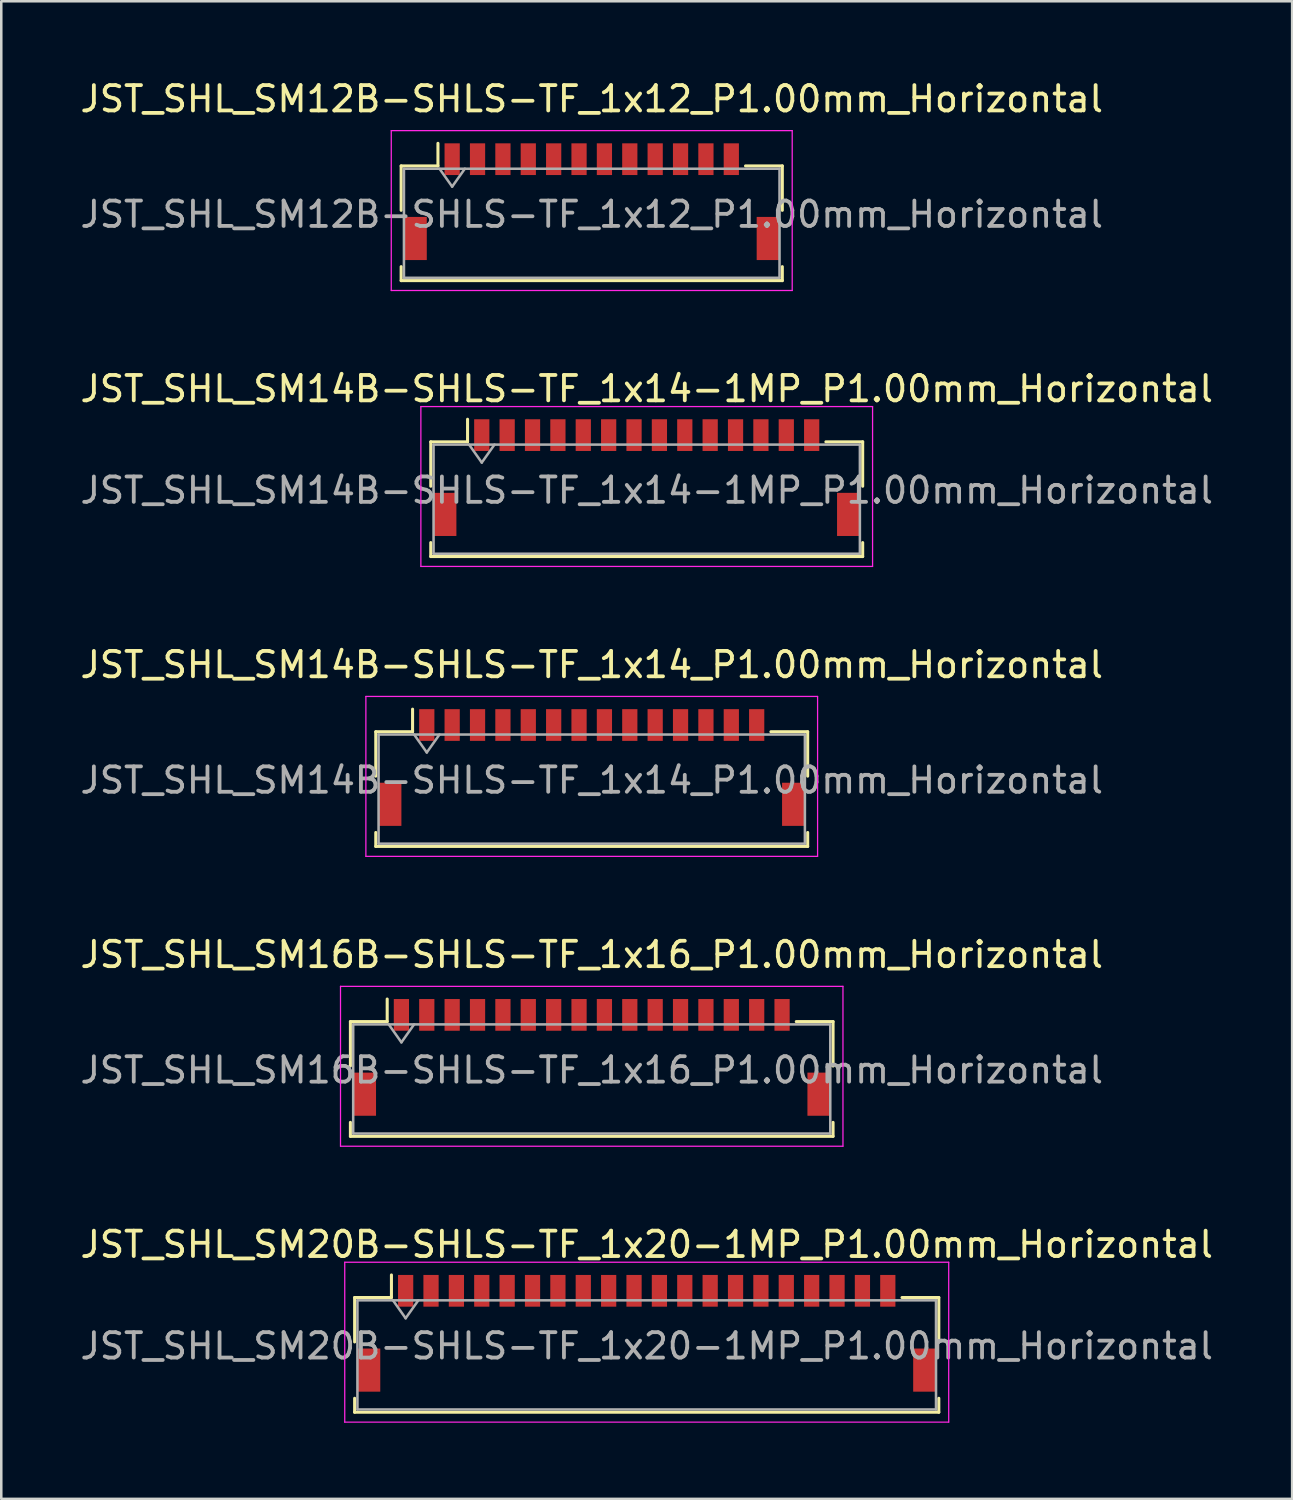
<source format=kicad_pcb>
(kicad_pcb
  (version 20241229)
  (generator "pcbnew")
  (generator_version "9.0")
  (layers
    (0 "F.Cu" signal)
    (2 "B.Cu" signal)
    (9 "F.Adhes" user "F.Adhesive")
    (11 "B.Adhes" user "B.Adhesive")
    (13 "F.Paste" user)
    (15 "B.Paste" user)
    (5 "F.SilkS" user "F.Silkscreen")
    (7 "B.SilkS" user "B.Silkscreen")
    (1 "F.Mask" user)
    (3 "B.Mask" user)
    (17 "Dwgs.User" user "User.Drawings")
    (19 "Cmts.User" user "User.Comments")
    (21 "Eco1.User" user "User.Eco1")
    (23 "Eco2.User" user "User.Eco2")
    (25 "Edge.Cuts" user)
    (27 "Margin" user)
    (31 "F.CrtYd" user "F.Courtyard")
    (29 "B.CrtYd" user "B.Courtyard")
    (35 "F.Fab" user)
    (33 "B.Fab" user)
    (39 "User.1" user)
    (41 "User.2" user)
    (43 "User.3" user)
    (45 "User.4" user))
  (footprint "JST_SHL_SM20B-SHLS-TF_1x20-1MP_P1.00mm_Horizontal"
    (layer "F.Cu")
    (at 22.435 49.491)
    (property "Reference" "JST_SHL_SM20B-SHLS-TF_1x20-1MP_P1.00mm_Horizontal" (at 0 -3.5 0) (layer "F.SilkS") (effects (font (size 1 1) (thickness 0.15))))
    (attr smd)
    (fp_line (start -11.51 -1.41) (end -10.06 -1.41) (stroke (width 0.12) (type solid)) (layer "F.SilkS"))
    (fp_line (start -11.51 0.34) (end -11.51 -1.41) (stroke (width 0.12) (type solid)) (layer "F.SilkS"))
    (fp_line (start -11.51 2.56) (end -11.51 3.11) (stroke (width 0.12) (type solid)) (layer "F.SilkS"))
    (fp_line (start -11.51 3.11) (end 11.51 3.11) (stroke (width 0.12) (type solid)) (layer "F.SilkS"))
    (fp_line (start -10.06 -1.41) (end -10.06 -2.3) (stroke (width 0.12) (type solid)) (layer "F.SilkS"))
    (fp_line (start 11.51 -1.41) (end 10.06 -1.41) (stroke (width 0.12) (type solid)) (layer "F.SilkS"))
    (fp_line (start 11.51 0.34) (end 11.51 -1.41) (stroke (width 0.12) (type solid)) (layer "F.SilkS"))
    (fp_line (start 11.51 3.11) (end 11.51 2.56) (stroke (width 0.12) (type solid)) (layer "F.SilkS"))
    (fp_line (start -11.9 -2.8) (end -11.9 3.5) (stroke (width 0.05) (type solid)) (layer "F.CrtYd"))
    (fp_line (start -11.9 3.5) (end 11.9 3.5) (stroke (width 0.05) (type solid)) (layer "F.CrtYd"))
    (fp_line (start 11.9 -2.8) (end -11.9 -2.8) (stroke (width 0.05) (type solid)) (layer "F.CrtYd"))
    (fp_line (start 11.9 3.5) (end 11.9 -2.8) (stroke (width 0.05) (type solid)) (layer "F.CrtYd"))
    (fp_line (start -11.4 -1.3) (end -11.4 3) (stroke (width 0.1) (type solid)) (layer "F.Fab"))
    (fp_line (start -11.4 -1.3) (end 11.4 -1.3) (stroke (width 0.1) (type solid)) (layer "F.Fab"))
    (fp_line (start -11.4 3) (end 11.4 3) (stroke (width 0.1) (type solid)) (layer "F.Fab"))
    (fp_line (start -10 -1.3) (end -9.5 -0.593) (stroke (width 0.1) (type solid)) (layer "F.Fab"))
    (fp_line (start -9.5 -0.593) (end -9 -1.3) (stroke (width 0.1) (type solid)) (layer "F.Fab"))
    (fp_line (start 11.4 -1.3) (end 11.4 3) (stroke (width 0.1) (type solid)) (layer "F.Fab"))
    (fp_text user "${REFERENCE}" (at 0 0.5 0) (layer "F.Fab") (effects (font (size 1 1) (thickness 0.15))))
    (pad "1" smd rect (at -9.5 -1.675) (size 0.6 1.25) (layers "F.Cu" "F.Mask" "F.Paste"))
    (pad "2" smd rect (at -8.5 -1.675) (size 0.6 1.25) (layers "F.Cu" "F.Mask" "F.Paste"))
    (pad "3" smd rect (at -7.5 -1.675) (size 0.6 1.25) (layers "F.Cu" "F.Mask" "F.Paste"))
    (pad "4" smd rect (at -6.5 -1.675) (size 0.6 1.25) (layers "F.Cu" "F.Mask" "F.Paste"))
    (pad "5" smd rect (at -5.5 -1.675) (size 0.6 1.25) (layers "F.Cu" "F.Mask" "F.Paste"))
    (pad "6" smd rect (at -4.5 -1.675) (size 0.6 1.25) (layers "F.Cu" "F.Mask" "F.Paste"))
    (pad "7" smd rect (at -3.5 -1.675) (size 0.6 1.25) (layers "F.Cu" "F.Mask" "F.Paste"))
    (pad "8" smd rect (at -2.5 -1.675) (size 0.6 1.25) (layers "F.Cu" "F.Mask" "F.Paste"))
    (pad "9" smd rect (at -1.5 -1.675) (size 0.6 1.25) (layers "F.Cu" "F.Mask" "F.Paste"))
    (pad "10" smd rect (at -0.5 -1.675) (size 0.6 1.25) (layers "F.Cu" "F.Mask" "F.Paste"))
    (pad "11" smd rect (at 0.5 -1.675) (size 0.6 1.25) (layers "F.Cu" "F.Mask" "F.Paste"))
    (pad "12" smd rect (at 1.5 -1.675) (size 0.6 1.25) (layers "F.Cu" "F.Mask" "F.Paste"))
    (pad "13" smd rect (at 2.5 -1.675) (size 0.6 1.25) (layers "F.Cu" "F.Mask" "F.Paste"))
    (pad "14" smd rect (at 3.5 -1.675) (size 0.6 1.25) (layers "F.Cu" "F.Mask" "F.Paste"))
    (pad "15" smd rect (at 4.5 -1.675) (size 0.6 1.25) (layers "F.Cu" "F.Mask" "F.Paste"))
    (pad "16" smd rect (at 5.5 -1.675) (size 0.6 1.25) (layers "F.Cu" "F.Mask" "F.Paste"))
    (pad "17" smd rect (at 6.5 -1.675) (size 0.6 1.25) (layers "F.Cu" "F.Mask" "F.Paste"))
    (pad "18" smd rect (at 7.5 -1.675) (size 0.6 1.25) (layers "F.Cu" "F.Mask" "F.Paste"))
    (pad "19" smd rect (at 8.5 -1.675) (size 0.6 1.25) (layers "F.Cu" "F.Mask" "F.Paste"))
    (pad "20" smd rect (at 9.5 -1.675) (size 0.6 1.25) (layers "F.Cu" "F.Mask" "F.Paste"))
    (pad "MP" smd rect (at -10.95 1.45) (size 0.9 1.7) (layers "F.Cu" "F.Mask" "F.Paste"))
    (pad "MP" smd rect (at 10.95 1.45) (size 0.9 1.7) (layers "F.Cu" "F.Mask" "F.Paste")))
  (footprint "JST_SHL_SM16B-SHLS-TF_1x16_P1.00mm_Horizontal"
    (layer "F.Cu")
    (at 20.268 38.618)
    (property "Reference" "JST_SHL_SM16B-SHLS-TF_1x16_P1.00mm_Horizontal" (at 0 -4.05 0) (layer "F.SilkS") (effects (font (size 1 1) (thickness 0.15))))
    (attr smd)
    (fp_line (start -9.51 -1.41) (end -8.06 -1.41) (stroke (width 0.12) (type solid)) (layer "F.SilkS"))
    (fp_line (start -9.51 0.34) (end -9.51 -1.41) (stroke (width 0.12) (type solid)) (layer "F.SilkS"))
    (fp_line (start -9.51 2.56) (end -9.51 3.11) (stroke (width 0.12) (type solid)) (layer "F.SilkS"))
    (fp_line (start -9.51 3.11) (end 9.51 3.11) (stroke (width 0.12) (type solid)) (layer "F.SilkS"))
    (fp_line (start -8.06 -1.41) (end -8.06 -2.3) (stroke (width 0.12) (type solid)) (layer "F.SilkS"))
    (fp_line (start 9.51 -1.41) (end 8.06 -1.41) (stroke (width 0.12) (type solid)) (layer "F.SilkS"))
    (fp_line (start 9.51 0.34) (end 9.51 -1.41) (stroke (width 0.12) (type solid)) (layer "F.SilkS"))
    (fp_line (start 9.51 3.11) (end 9.51 2.56) (stroke (width 0.12) (type solid)) (layer "F.SilkS"))
    (fp_line (start -9.9 -2.8) (end -9.9 3.5) (stroke (width 0.05) (type solid)) (layer "F.CrtYd"))
    (fp_line (start -9.9 3.5) (end 9.9 3.5) (stroke (width 0.05) (type solid)) (layer "F.CrtYd"))
    (fp_line (start 9.9 -2.8) (end -9.9 -2.8) (stroke (width 0.05) (type solid)) (layer "F.CrtYd"))
    (fp_line (start 9.9 3.5) (end 9.9 -2.8) (stroke (width 0.05) (type solid)) (layer "F.CrtYd"))
    (fp_line (start -9.4 -1.3) (end -9.4 3) (stroke (width 0.1) (type solid)) (layer "F.Fab"))
    (fp_line (start -9.4 -1.3) (end 9.4 -1.3) (stroke (width 0.1) (type solid)) (layer "F.Fab"))
    (fp_line (start -9.4 3) (end 9.4 3) (stroke (width 0.1) (type solid)) (layer "F.Fab"))
    (fp_line (start -8 -1.3) (end -7.5 -0.593) (stroke (width 0.1) (type solid)) (layer "F.Fab"))
    (fp_line (start -7.5 -0.593) (end -7 -1.3) (stroke (width 0.1) (type solid)) (layer "F.Fab"))
    (fp_line (start 9.4 -1.3) (end 9.4 3) (stroke (width 0.1) (type solid)) (layer "F.Fab"))
    (fp_text user "${REFERENCE}" (at 0 0.5 0) (layer "F.Fab") (effects (font (size 1 1) (thickness 0.15))))
    (pad "" smd rect (at -8.95 1.45) (size 0.9 1.7) (layers "F.Cu" "F.Mask" "F.Paste"))
    (pad "" smd rect (at 8.95 1.45) (size 0.9 1.7) (layers "F.Cu" "F.Mask" "F.Paste"))
    (pad "1" smd rect (at -7.5 -1.675) (size 0.6 1.25) (layers "F.Cu" "F.Mask" "F.Paste"))
    (pad "2" smd rect (at -6.5 -1.675) (size 0.6 1.25) (layers "F.Cu" "F.Mask" "F.Paste"))
    (pad "3" smd rect (at -5.5 -1.675) (size 0.6 1.25) (layers "F.Cu" "F.Mask" "F.Paste"))
    (pad "4" smd rect (at -4.5 -1.675) (size 0.6 1.25) (layers "F.Cu" "F.Mask" "F.Paste"))
    (pad "5" smd rect (at -3.5 -1.675) (size 0.6 1.25) (layers "F.Cu" "F.Mask" "F.Paste"))
    (pad "6" smd rect (at -2.5 -1.675) (size 0.6 1.25) (layers "F.Cu" "F.Mask" "F.Paste"))
    (pad "7" smd rect (at -1.5 -1.675) (size 0.6 1.25) (layers "F.Cu" "F.Mask" "F.Paste"))
    (pad "8" smd rect (at -0.5 -1.675) (size 0.6 1.25) (layers "F.Cu" "F.Mask" "F.Paste"))
    (pad "9" smd rect (at 0.5 -1.675) (size 0.6 1.25) (layers "F.Cu" "F.Mask" "F.Paste"))
    (pad "10" smd rect (at 1.5 -1.675) (size 0.6 1.25) (layers "F.Cu" "F.Mask" "F.Paste"))
    (pad "11" smd rect (at 2.5 -1.675) (size 0.6 1.25) (layers "F.Cu" "F.Mask" "F.Paste"))
    (pad "12" smd rect (at 3.5 -1.675) (size 0.6 1.25) (layers "F.Cu" "F.Mask" "F.Paste"))
    (pad "13" smd rect (at 4.5 -1.675) (size 0.6 1.25) (layers "F.Cu" "F.Mask" "F.Paste"))
    (pad "14" smd rect (at 5.5 -1.675) (size 0.6 1.25) (layers "F.Cu" "F.Mask" "F.Paste"))
    (pad "15" smd rect (at 6.5 -1.675) (size 0.6 1.25) (layers "F.Cu" "F.Mask" "F.Paste"))
    (pad "16" smd rect (at 7.5 -1.675) (size 0.6 1.25) (layers "F.Cu" "F.Mask" "F.Paste")))
  (footprint "JST_SHL_SM12B-SHLS-TF_1x12_P1.00mm_Horizontal"
    (layer "F.Cu")
    (at 20.268 4.898)
    (property "Reference" "JST_SHL_SM12B-SHLS-TF_1x12_P1.00mm_Horizontal" (at 0 -4.05 0) (layer "F.SilkS") (effects (font (size 1 1) (thickness 0.15))))
    (attr smd)
    (fp_line (start -7.51 -1.41) (end -6.06 -1.41) (stroke (width 0.12) (type solid)) (layer "F.SilkS"))
    (fp_line (start -7.51 0.34) (end -7.51 -1.41) (stroke (width 0.12) (type solid)) (layer "F.SilkS"))
    (fp_line (start -7.51 2.56) (end -7.51 3.11) (stroke (width 0.12) (type solid)) (layer "F.SilkS"))
    (fp_line (start -7.51 3.11) (end 7.51 3.11) (stroke (width 0.12) (type solid)) (layer "F.SilkS"))
    (fp_line (start -6.06 -1.41) (end -6.06 -2.3) (stroke (width 0.12) (type solid)) (layer "F.SilkS"))
    (fp_line (start 7.51 -1.41) (end 6.06 -1.41) (stroke (width 0.12) (type solid)) (layer "F.SilkS"))
    (fp_line (start 7.51 0.34) (end 7.51 -1.41) (stroke (width 0.12) (type solid)) (layer "F.SilkS"))
    (fp_line (start 7.51 3.11) (end 7.51 2.56) (stroke (width 0.12) (type solid)) (layer "F.SilkS"))
    (fp_line (start -7.9 -2.8) (end -7.9 3.5) (stroke (width 0.05) (type solid)) (layer "F.CrtYd"))
    (fp_line (start -7.9 3.5) (end 7.9 3.5) (stroke (width 0.05) (type solid)) (layer "F.CrtYd"))
    (fp_line (start 7.9 -2.8) (end -7.9 -2.8) (stroke (width 0.05) (type solid)) (layer "F.CrtYd"))
    (fp_line (start 7.9 3.5) (end 7.9 -2.8) (stroke (width 0.05) (type solid)) (layer "F.CrtYd"))
    (fp_line (start -7.4 -1.3) (end -7.4 3) (stroke (width 0.1) (type solid)) (layer "F.Fab"))
    (fp_line (start -7.4 -1.3) (end 7.4 -1.3) (stroke (width 0.1) (type solid)) (layer "F.Fab"))
    (fp_line (start -7.4 3) (end 7.4 3) (stroke (width 0.1) (type solid)) (layer "F.Fab"))
    (fp_line (start -6 -1.3) (end -5.5 -0.593) (stroke (width 0.1) (type solid)) (layer "F.Fab"))
    (fp_line (start -5.5 -0.593) (end -5 -1.3) (stroke (width 0.1) (type solid)) (layer "F.Fab"))
    (fp_line (start 7.4 -1.3) (end 7.4 3) (stroke (width 0.1) (type solid)) (layer "F.Fab"))
    (fp_text user "${REFERENCE}" (at 0 0.5 0) (layer "F.Fab") (effects (font (size 1 1) (thickness 0.15))))
    (pad "" smd rect (at -6.95 1.45) (size 0.9 1.7) (layers "F.Cu" "F.Mask" "F.Paste"))
    (pad "" smd rect (at 6.95 1.45) (size 0.9 1.7) (layers "F.Cu" "F.Mask" "F.Paste"))
    (pad "1" smd rect (at -5.5 -1.675) (size 0.6 1.25) (layers "F.Cu" "F.Mask" "F.Paste"))
    (pad "2" smd rect (at -4.5 -1.675) (size 0.6 1.25) (layers "F.Cu" "F.Mask" "F.Paste"))
    (pad "3" smd rect (at -3.5 -1.675) (size 0.6 1.25) (layers "F.Cu" "F.Mask" "F.Paste"))
    (pad "4" smd rect (at -2.5 -1.675) (size 0.6 1.25) (layers "F.Cu" "F.Mask" "F.Paste"))
    (pad "5" smd rect (at -1.5 -1.675) (size 0.6 1.25) (layers "F.Cu" "F.Mask" "F.Paste"))
    (pad "6" smd rect (at -0.5 -1.675) (size 0.6 1.25) (layers "F.Cu" "F.Mask" "F.Paste"))
    (pad "7" smd rect (at 0.5 -1.675) (size 0.6 1.25) (layers "F.Cu" "F.Mask" "F.Paste"))
    (pad "8" smd rect (at 1.5 -1.675) (size 0.6 1.25) (layers "F.Cu" "F.Mask" "F.Paste"))
    (pad "9" smd rect (at 2.5 -1.675) (size 0.6 1.25) (layers "F.Cu" "F.Mask" "F.Paste"))
    (pad "10" smd rect (at 3.5 -1.675) (size 0.6 1.25) (layers "F.Cu" "F.Mask" "F.Paste"))
    (pad "11" smd rect (at 4.5 -1.675) (size 0.6 1.25) (layers "F.Cu" "F.Mask" "F.Paste"))
    (pad "12" smd rect (at 5.5 -1.675) (size 0.6 1.25) (layers "F.Cu" "F.Mask" "F.Paste")))
  (footprint "JST_SHL_SM14B-SHLS-TF_1x14_P1.00mm_Horizontal"
    (layer "F.Cu")
    (at 20.268 27.195)
    (property "Reference" "JST_SHL_SM14B-SHLS-TF_1x14_P1.00mm_Horizontal" (at 0 -4.05 0) (layer "F.SilkS") (effects (font (size 1 1) (thickness 0.15))))
    (attr smd)
    (fp_line (start -8.51 -1.41) (end -7.06 -1.41) (stroke (width 0.12) (type solid)) (layer "F.SilkS"))
    (fp_line (start -8.51 0.34) (end -8.51 -1.41) (stroke (width 0.12) (type solid)) (layer "F.SilkS"))
    (fp_line (start -8.51 2.56) (end -8.51 3.11) (stroke (width 0.12) (type solid)) (layer "F.SilkS"))
    (fp_line (start -8.51 3.11) (end 8.51 3.11) (stroke (width 0.12) (type solid)) (layer "F.SilkS"))
    (fp_line (start -7.06 -1.41) (end -7.06 -2.3) (stroke (width 0.12) (type solid)) (layer "F.SilkS"))
    (fp_line (start 8.51 -1.41) (end 7.06 -1.41) (stroke (width 0.12) (type solid)) (layer "F.SilkS"))
    (fp_line (start 8.51 0.34) (end 8.51 -1.41) (stroke (width 0.12) (type solid)) (layer "F.SilkS"))
    (fp_line (start 8.51 3.11) (end 8.51 2.56) (stroke (width 0.12) (type solid)) (layer "F.SilkS"))
    (fp_line (start -8.9 -2.8) (end -8.9 3.5) (stroke (width 0.05) (type solid)) (layer "F.CrtYd"))
    (fp_line (start -8.9 3.5) (end 8.9 3.5) (stroke (width 0.05) (type solid)) (layer "F.CrtYd"))
    (fp_line (start 8.9 -2.8) (end -8.9 -2.8) (stroke (width 0.05) (type solid)) (layer "F.CrtYd"))
    (fp_line (start 8.9 3.5) (end 8.9 -2.8) (stroke (width 0.05) (type solid)) (layer "F.CrtYd"))
    (fp_line (start -8.4 -1.3) (end -8.4 3) (stroke (width 0.1) (type solid)) (layer "F.Fab"))
    (fp_line (start -8.4 -1.3) (end 8.4 -1.3) (stroke (width 0.1) (type solid)) (layer "F.Fab"))
    (fp_line (start -8.4 3) (end 8.4 3) (stroke (width 0.1) (type solid)) (layer "F.Fab"))
    (fp_line (start -7 -1.3) (end -6.5 -0.593) (stroke (width 0.1) (type solid)) (layer "F.Fab"))
    (fp_line (start -6.5 -0.593) (end -6 -1.3) (stroke (width 0.1) (type solid)) (layer "F.Fab"))
    (fp_line (start 8.4 -1.3) (end 8.4 3) (stroke (width 0.1) (type solid)) (layer "F.Fab"))
    (fp_text user "${REFERENCE}" (at 0 0.5 0) (layer "F.Fab") (effects (font (size 1 1) (thickness 0.15))))
    (pad "" smd rect (at -7.95 1.45) (size 0.9 1.7) (layers "F.Cu" "F.Mask" "F.Paste"))
    (pad "" smd rect (at 7.95 1.45) (size 0.9 1.7) (layers "F.Cu" "F.Mask" "F.Paste"))
    (pad "1" smd rect (at -6.5 -1.675) (size 0.6 1.25) (layers "F.Cu" "F.Mask" "F.Paste"))
    (pad "2" smd rect (at -5.5 -1.675) (size 0.6 1.25) (layers "F.Cu" "F.Mask" "F.Paste"))
    (pad "3" smd rect (at -4.5 -1.675) (size 0.6 1.25) (layers "F.Cu" "F.Mask" "F.Paste"))
    (pad "4" smd rect (at -3.5 -1.675) (size 0.6 1.25) (layers "F.Cu" "F.Mask" "F.Paste"))
    (pad "5" smd rect (at -2.5 -1.675) (size 0.6 1.25) (layers "F.Cu" "F.Mask" "F.Paste"))
    (pad "6" smd rect (at -1.5 -1.675) (size 0.6 1.25) (layers "F.Cu" "F.Mask" "F.Paste"))
    (pad "7" smd rect (at -0.5 -1.675) (size 0.6 1.25) (layers "F.Cu" "F.Mask" "F.Paste"))
    (pad "8" smd rect (at 0.5 -1.675) (size 0.6 1.25) (layers "F.Cu" "F.Mask" "F.Paste"))
    (pad "9" smd rect (at 1.5 -1.675) (size 0.6 1.25) (layers "F.Cu" "F.Mask" "F.Paste"))
    (pad "10" smd rect (at 2.5 -1.675) (size 0.6 1.25) (layers "F.Cu" "F.Mask" "F.Paste"))
    (pad "11" smd rect (at 3.5 -1.675) (size 0.6 1.25) (layers "F.Cu" "F.Mask" "F.Paste"))
    (pad "12" smd rect (at 4.5 -1.675) (size 0.6 1.25) (layers "F.Cu" "F.Mask" "F.Paste"))
    (pad "13" smd rect (at 5.5 -1.675) (size 0.6 1.25) (layers "F.Cu" "F.Mask" "F.Paste"))
    (pad "14" smd rect (at 6.5 -1.675) (size 0.6 1.25) (layers "F.Cu" "F.Mask" "F.Paste")))
  (footprint "JST_SHL_SM14B-SHLS-TF_1x14-1MP_P1.00mm_Horizontal"
    (layer "F.Cu")
    (at 22.435 15.771)
    (property "Reference" "JST_SHL_SM14B-SHLS-TF_1x14-1MP_P1.00mm_Horizontal" (at 0 -3.5 0) (layer "F.SilkS") (effects (font (size 1 1) (thickness 0.15))))
    (attr smd)
    (fp_line (start -8.51 -1.41) (end -7.06 -1.41) (stroke (width 0.12) (type solid)) (layer "F.SilkS"))
    (fp_line (start -8.51 0.34) (end -8.51 -1.41) (stroke (width 0.12) (type solid)) (layer "F.SilkS"))
    (fp_line (start -8.51 2.56) (end -8.51 3.11) (stroke (width 0.12) (type solid)) (layer "F.SilkS"))
    (fp_line (start -8.51 3.11) (end 8.51 3.11) (stroke (width 0.12) (type solid)) (layer "F.SilkS"))
    (fp_line (start -7.06 -1.41) (end -7.06 -2.3) (stroke (width 0.12) (type solid)) (layer "F.SilkS"))
    (fp_line (start 8.51 -1.41) (end 7.06 -1.41) (stroke (width 0.12) (type solid)) (layer "F.SilkS"))
    (fp_line (start 8.51 0.34) (end 8.51 -1.41) (stroke (width 0.12) (type solid)) (layer "F.SilkS"))
    (fp_line (start 8.51 3.11) (end 8.51 2.56) (stroke (width 0.12) (type solid)) (layer "F.SilkS"))
    (fp_line (start -8.9 -2.8) (end -8.9 3.5) (stroke (width 0.05) (type solid)) (layer "F.CrtYd"))
    (fp_line (start -8.9 3.5) (end 8.9 3.5) (stroke (width 0.05) (type solid)) (layer "F.CrtYd"))
    (fp_line (start 8.9 -2.8) (end -8.9 -2.8) (stroke (width 0.05) (type solid)) (layer "F.CrtYd"))
    (fp_line (start 8.9 3.5) (end 8.9 -2.8) (stroke (width 0.05) (type solid)) (layer "F.CrtYd"))
    (fp_line (start -8.4 -1.3) (end -8.4 3) (stroke (width 0.1) (type solid)) (layer "F.Fab"))
    (fp_line (start -8.4 -1.3) (end 8.4 -1.3) (stroke (width 0.1) (type solid)) (layer "F.Fab"))
    (fp_line (start -8.4 3) (end 8.4 3) (stroke (width 0.1) (type solid)) (layer "F.Fab"))
    (fp_line (start -7 -1.3) (end -6.5 -0.593) (stroke (width 0.1) (type solid)) (layer "F.Fab"))
    (fp_line (start -6.5 -0.593) (end -6 -1.3) (stroke (width 0.1) (type solid)) (layer "F.Fab"))
    (fp_line (start 8.4 -1.3) (end 8.4 3) (stroke (width 0.1) (type solid)) (layer "F.Fab"))
    (fp_text user "${REFERENCE}" (at 0 0.5 0) (layer "F.Fab") (effects (font (size 1 1) (thickness 0.15))))
    (pad "1" smd rect (at -6.5 -1.675) (size 0.6 1.25) (layers "F.Cu" "F.Mask" "F.Paste"))
    (pad "2" smd rect (at -5.5 -1.675) (size 0.6 1.25) (layers "F.Cu" "F.Mask" "F.Paste"))
    (pad "3" smd rect (at -4.5 -1.675) (size 0.6 1.25) (layers "F.Cu" "F.Mask" "F.Paste"))
    (pad "4" smd rect (at -3.5 -1.675) (size 0.6 1.25) (layers "F.Cu" "F.Mask" "F.Paste"))
    (pad "5" smd rect (at -2.5 -1.675) (size 0.6 1.25) (layers "F.Cu" "F.Mask" "F.Paste"))
    (pad "6" smd rect (at -1.5 -1.675) (size 0.6 1.25) (layers "F.Cu" "F.Mask" "F.Paste"))
    (pad "7" smd rect (at -0.5 -1.675) (size 0.6 1.25) (layers "F.Cu" "F.Mask" "F.Paste"))
    (pad "8" smd rect (at 0.5 -1.675) (size 0.6 1.25) (layers "F.Cu" "F.Mask" "F.Paste"))
    (pad "9" smd rect (at 1.5 -1.675) (size 0.6 1.25) (layers "F.Cu" "F.Mask" "F.Paste"))
    (pad "10" smd rect (at 2.5 -1.675) (size 0.6 1.25) (layers "F.Cu" "F.Mask" "F.Paste"))
    (pad "11" smd rect (at 3.5 -1.675) (size 0.6 1.25) (layers "F.Cu" "F.Mask" "F.Paste"))
    (pad "12" smd rect (at 4.5 -1.675) (size 0.6 1.25) (layers "F.Cu" "F.Mask" "F.Paste"))
    (pad "13" smd rect (at 5.5 -1.675) (size 0.6 1.25) (layers "F.Cu" "F.Mask" "F.Paste"))
    (pad "14" smd rect (at 6.5 -1.675) (size 0.6 1.25) (layers "F.Cu" "F.Mask" "F.Paste"))
    (pad "MP" smd rect (at -7.95 1.45) (size 0.9 1.7) (layers "F.Cu" "F.Mask" "F.Paste"))
    (pad "MP" smd rect (at 7.95 1.45) (size 0.9 1.7) (layers "F.Cu" "F.Mask" "F.Paste")))
  (gr_rect
    (start -3 -3)
    (end 47.869 56.016)
    (stroke (width 0.1) (type default))
    (fill no)
    (layer "Edge.Cuts")))
</source>
